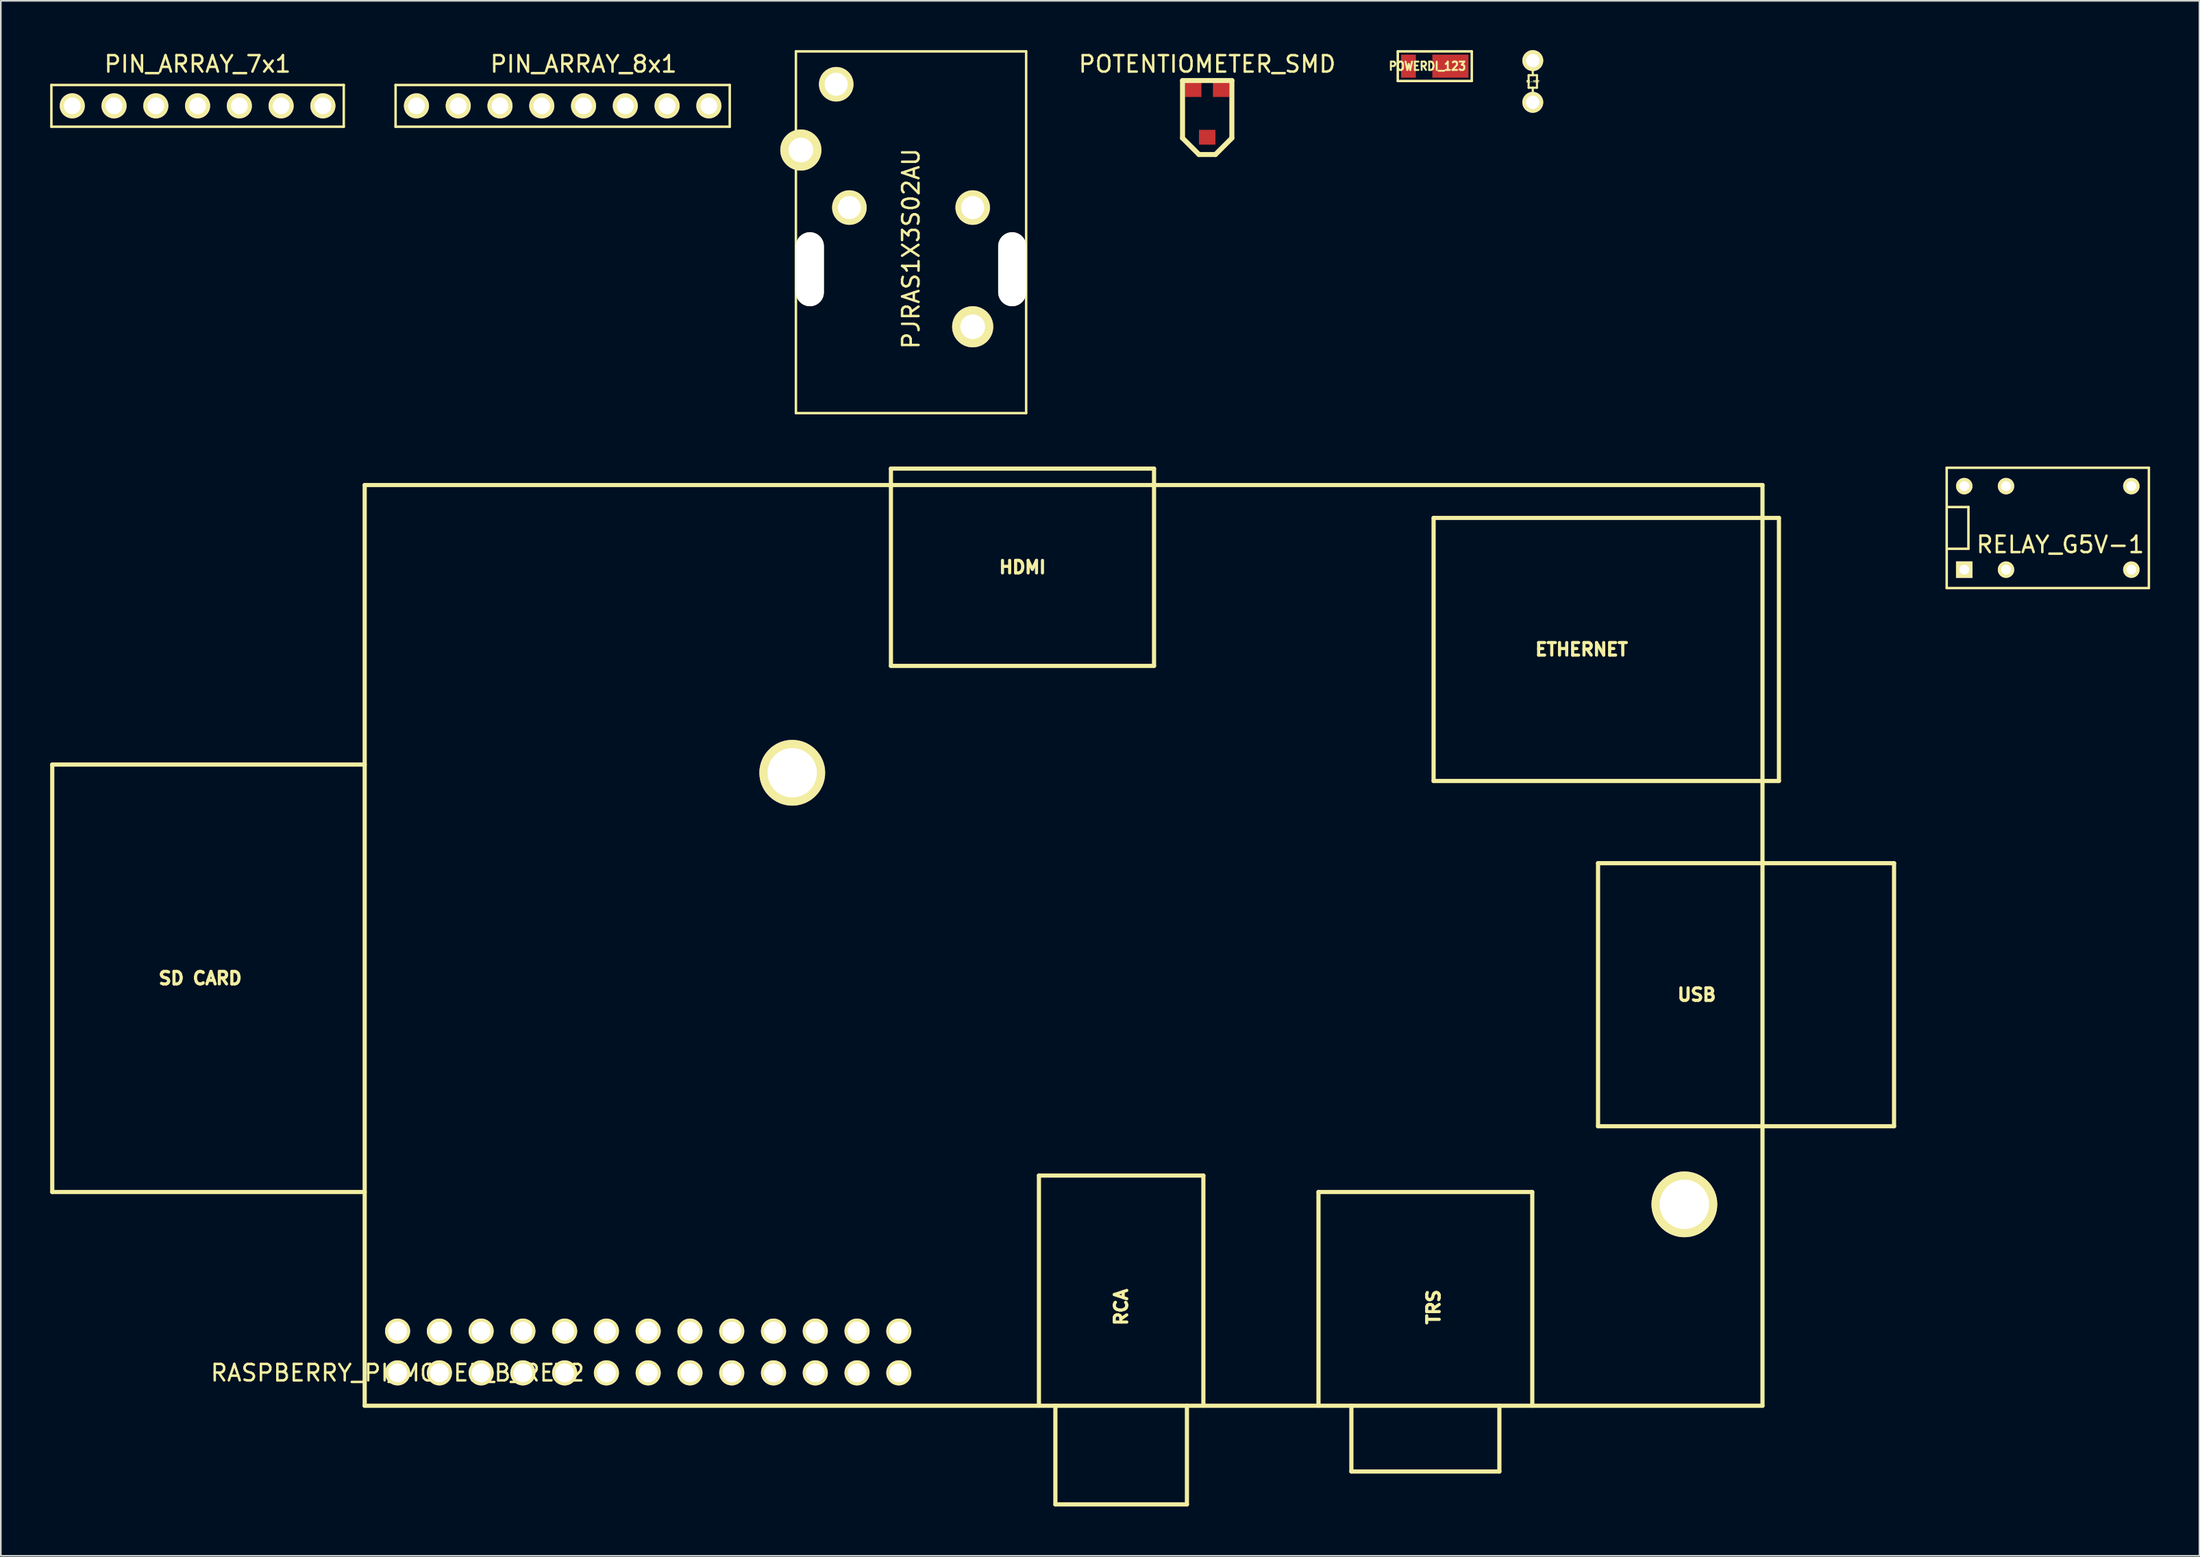
<source format=kicad_pcb>
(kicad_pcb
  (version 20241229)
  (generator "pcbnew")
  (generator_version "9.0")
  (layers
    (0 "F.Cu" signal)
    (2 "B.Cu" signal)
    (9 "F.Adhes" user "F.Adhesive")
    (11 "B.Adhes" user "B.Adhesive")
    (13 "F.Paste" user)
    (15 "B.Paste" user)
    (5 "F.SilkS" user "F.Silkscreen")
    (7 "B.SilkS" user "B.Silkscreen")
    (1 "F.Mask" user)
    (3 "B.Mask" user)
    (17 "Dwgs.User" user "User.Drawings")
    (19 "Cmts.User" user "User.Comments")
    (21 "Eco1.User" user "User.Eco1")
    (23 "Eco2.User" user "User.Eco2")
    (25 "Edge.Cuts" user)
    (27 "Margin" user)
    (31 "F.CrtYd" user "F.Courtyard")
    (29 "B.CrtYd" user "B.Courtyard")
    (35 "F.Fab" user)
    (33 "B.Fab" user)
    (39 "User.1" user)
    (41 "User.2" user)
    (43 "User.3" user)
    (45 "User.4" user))
  (footprint "PJRAS1X3S02AU"
    (layer "F.Cu")
    (at 52.35 22.075)
    (property "Reference" "PJRAS1X3S02AU" (at 0 -10 90) (layer "F.SilkS") (effects (font (size 1 1) (thickness 0.15))))
    (attr through_hole)
    (fp_line (start -7 -22) (end -7 0) (stroke (width 0.15) (type solid)) (layer "F.SilkS"))
    (fp_line (start -7 0) (end 7 0) (stroke (width 0.15) (type solid)) (layer "F.SilkS"))
    (fp_line (start 7 -22) (end -7 -22) (stroke (width 0.15) (type solid)) (layer "F.SilkS"))
    (fp_line (start 7 0) (end 7 -22) (stroke (width 0.15) (type solid)) (layer "F.SilkS"))
    (pad "" np_thru_hole oval (at -6.15 -8.75) (size 1.7 4.5) (drill oval 1.7 4.5) (layers "*.Cu" "*.Mask" "F.SilkS"))
    (pad "" np_thru_hole oval (at 6.15 -8.75) (size 1.7 4.5) (drill oval 1.7 4.5) (layers "*.Cu" "*.Mask" "F.SilkS"))
    (pad "1" thru_hole circle (at -3.75 -12.5) (size 2.1 2.1) (drill 1.4) (layers "*.Cu" "*.Mask" "F.SilkS"))
    (pad "2" thru_hole circle (at 3.75 -12.5) (size 2.1 2.1) (drill 1.4) (layers "*.Cu" "*.Mask" "F.SilkS"))
    (pad "3" thru_hole circle (at -4.55 -20) (size 2.1 2.1) (drill 1.4) (layers "*.Cu" "*.Mask" "F.SilkS"))
    (pad "4" thru_hole circle (at -6.7 -16) (size 2.5 2.5) (drill 1.5) (layers "*.Cu" "*.Mask" "F.SilkS"))
    (pad "4" thru_hole circle (at 3.75 -5.25) (size 2.5 2.5) (drill 1.5) (layers "*.Cu" "*.Mask" "F.SilkS")))
  (footprint "RELAY_G5V-1"
    (layer "F.Cu")
    (at 121.476 29.058)
    (property "Reference" "RELAY_G5V-1" (at 0.762 1.016 0) (layer "F.SilkS") (effects (font (size 1 1) (thickness 0.15))))
    (attr through_hole)
    (fp_line (start -6.147 -3.658) (end -6.147 3.658) (stroke (width 0.15) (type solid)) (layer "F.SilkS"))
    (fp_line (start -6.147 3.658) (end 6.147 3.658) (stroke (width 0.15) (type solid)) (layer "F.SilkS"))
    (fp_line (start -6.096 -1.27) (end -4.826 -1.27) (stroke (width 0.15) (type solid)) (layer "F.SilkS"))
    (fp_line (start -4.826 -1.27) (end -4.826 1.27) (stroke (width 0.15) (type solid)) (layer "F.SilkS"))
    (fp_line (start -4.826 1.27) (end -6.096 1.27) (stroke (width 0.15) (type solid)) (layer "F.SilkS"))
    (fp_line (start 6.147 -3.658) (end -6.147 -3.658) (stroke (width 0.15) (type solid)) (layer "F.SilkS"))
    (fp_line (start 6.147 3.658) (end 6.147 -3.658) (stroke (width 0.15) (type solid)) (layer "F.SilkS"))
    (pad "1" thru_hole rect (at -5.08 2.54) (size 1 1) (drill 0.6) (layers "*.Cu" "*.Mask" "F.SilkS"))
    (pad "2" thru_hole circle (at -2.54 2.54) (size 1 1) (drill 0.6) (layers "*.Cu" "*.Mask" "F.SilkS"))
    (pad "5" thru_hole circle (at 5.08 2.54) (size 1 1) (drill 0.6) (layers "*.Cu" "*.Mask" "F.SilkS"))
    (pad "6" thru_hole circle (at 5.08 -2.54) (size 1 1) (drill 0.6) (layers "*.Cu" "*.Mask" "F.SilkS"))
    (pad "9" thru_hole circle (at -2.54 -2.54) (size 1 1) (drill 0.6) (layers "*.Cu" "*.Mask" "F.SilkS"))
    (pad "10" thru_hole circle (at -5.08 -2.54) (size 1 1) (drill 0.6) (layers "*.Cu" "*.Mask" "F.SilkS")))
  (footprint "PIN_ARRAY_7x1"
    (layer "F.Cu")
    (at 8.965 3.388)
    (property "Reference" "PIN_ARRAY_7x1" (at 0 -2.54 0) (layer "F.SilkS") (effects (font (size 1 1) (thickness 0.15))))
    (attr through_hole)
    (fp_line (start -8.89 -1.27) (end 8.89 -1.27) (stroke (width 0.15) (type solid)) (layer "F.SilkS"))
    (fp_line (start -8.89 1.27) (end -8.89 -1.27) (stroke (width 0.15) (type solid)) (layer "F.SilkS"))
    (fp_line (start 8.89 -1.27) (end 8.89 1.27) (stroke (width 0.15) (type solid)) (layer "F.SilkS"))
    (fp_line (start 8.89 1.27) (end -8.89 1.27) (stroke (width 0.15) (type solid)) (layer "F.SilkS"))
    (pad "1" thru_hole circle (at -7.62 0 270) (size 1.524 1.524) (drill 1.016) (layers "*.Cu" "*.Mask" "F.SilkS"))
    (pad "2" thru_hole circle (at -5.08 0 270) (size 1.524 1.524) (drill 1.016) (layers "*.Cu" "*.Mask" "F.SilkS"))
    (pad "3" thru_hole circle (at -2.54 0 270) (size 1.524 1.524) (drill 1.016) (layers "*.Cu" "*.Mask" "F.SilkS"))
    (pad "4" thru_hole circle (at 0 0 270) (size 1.524 1.524) (drill 1.016) (layers "*.Cu" "*.Mask" "F.SilkS"))
    (pad "5" thru_hole circle (at 2.54 0 270) (size 1.524 1.524) (drill 1.016) (layers "*.Cu" "*.Mask" "F.SilkS"))
    (pad "6" thru_hole circle (at 5.08 0 270) (size 1.524 1.524) (drill 1.016) (layers "*.Cu" "*.Mask" "F.SilkS"))
    (pad "7" thru_hole circle (at 7.62 0 270) (size 1.524 1.524) (drill 1.016) (layers "*.Cu" "*.Mask" "F.SilkS")))
  (footprint "POTENTIOMETER_SMD"
    (layer "F.Cu")
    (at 70.36 3.848)
    (property "Reference" "POTENTIOMETER_SMD" (at 0 -3 0) (layer "F.SilkS") (effects (font (size 1 1) (thickness 0.15))))
    (attr through_hole)
    (fp_line (start -1.5 -2) (end 1.5 -2) (stroke (width 0.305) (type solid)) (layer "F.SilkS"))
    (fp_line (start -1.5 1.5) (end -1.5 -2) (stroke (width 0.305) (type solid)) (layer "F.SilkS"))
    (fp_line (start -0.5 2.5) (end -1.5 1.5) (stroke (width 0.305) (type solid)) (layer "F.SilkS"))
    (fp_line (start 0.5 2.5) (end -0.5 2.5) (stroke (width 0.305) (type solid)) (layer "F.SilkS"))
    (fp_line (start 1.5 -2) (end 1.5 1.5) (stroke (width 0.305) (type solid)) (layer "F.SilkS"))
    (fp_line (start 1.5 1.5) (end 0.5 2.5) (stroke (width 0.305) (type solid)) (layer "F.SilkS"))
    (pad "1" smd rect (at -0.85 -1.45) (size 1 0.9) (layers "F.Cu" "F.Mask" "F.Paste"))
    (pad "2" smd rect (at 0.85 -1.45) (size 1 0.9) (layers "F.Cu" "F.Mask" "F.Paste"))
    (pad "3" smd rect (at 0 1.45) (size 1 0.9) (layers "F.Cu" "F.Mask" "F.Paste")))
  (footprint "POWERDI_123"
    (layer "F.Cu")
    (at 83.749 0.975)
    (property "Reference" "POWERDI_123" (at 0 0 0) (layer "F.SilkS") (effects (font (size 0.508 0.457) (thickness 0.114))))
    (attr smd)
    (fp_line (start -1.8 -0.9) (end 2.7 -0.9) (stroke (width 0.15) (type solid)) (layer "F.SilkS"))
    (fp_line (start -1.8 0.9) (end -1.8 -0.9) (stroke (width 0.15) (type solid)) (layer "F.SilkS"))
    (fp_line (start 2.7 -0.9) (end 2.7 0.9) (stroke (width 0.15) (type solid)) (layer "F.SilkS"))
    (fp_line (start 2.7 0.9) (end -1.8 0.9) (stroke (width 0.15) (type solid)) (layer "F.SilkS"))
    (pad "1" smd rect (at -1.15 0) (size 0.9 1.4) (layers "F.Cu" "F.Mask" "F.Paste"))
    (pad "2" smd rect (at 1.4 0) (size 2.2 1.4) (layers "F.Cu" "F.Mask" "F.Paste")))
  (footprint "RASPBERRY_PI_MODEL_B_REV2"
    (layer "F.Cu")
    (at 21.127 80.452)
    (property "Reference" "RASPBERRY_PI_MODEL_B_REV2" (at 0 0 0) (layer "F.SilkS") (effects (font (size 1 1) (thickness 0.15))))
    (attr through_hole)
    (fp_line (start -21 -37) (end -2 -37) (stroke (width 0.254) (type solid)) (layer "F.SilkS"))
    (fp_line (start -21 -11) (end -21 -37) (stroke (width 0.254) (type solid)) (layer "F.SilkS"))
    (fp_line (start -2 -54) (end 83 -54) (stroke (width 0.254) (type solid)) (layer "F.SilkS"))
    (fp_line (start -2 -11) (end -21 -11) (stroke (width 0.254) (type solid)) (layer "F.SilkS"))
    (fp_line (start -2 2) (end -2 -54) (stroke (width 0.254) (type solid)) (layer "F.SilkS"))
    (fp_line (start 30 -55) (end 46 -55) (stroke (width 0.254) (type solid)) (layer "F.SilkS"))
    (fp_line (start 30 -54) (end 30 -55) (stroke (width 0.254) (type solid)) (layer "F.SilkS"))
    (fp_line (start 30 -43) (end 30 -54) (stroke (width 0.254) (type solid)) (layer "F.SilkS"))
    (fp_line (start 39 -12) (end 39 2) (stroke (width 0.254) (type solid)) (layer "F.SilkS"))
    (fp_line (start 40 8) (end 40 2) (stroke (width 0.254) (type solid)) (layer "F.SilkS"))
    (fp_line (start 46 -55) (end 46 -54) (stroke (width 0.254) (type solid)) (layer "F.SilkS"))
    (fp_line (start 46 -54) (end 46 -43) (stroke (width 0.254) (type solid)) (layer "F.SilkS"))
    (fp_line (start 46 -43) (end 30 -43) (stroke (width 0.254) (type solid)) (layer "F.SilkS"))
    (fp_line (start 48 2) (end 48 8) (stroke (width 0.254) (type solid)) (layer "F.SilkS"))
    (fp_line (start 48 8) (end 40 8) (stroke (width 0.254) (type solid)) (layer "F.SilkS"))
    (fp_line (start 49 -12) (end 39 -12) (stroke (width 0.254) (type solid)) (layer "F.SilkS"))
    (fp_line (start 49 2) (end 49 -12) (stroke (width 0.254) (type solid)) (layer "F.SilkS"))
    (fp_line (start 56 -11) (end 69 -11) (stroke (width 0.254) (type solid)) (layer "F.SilkS"))
    (fp_line (start 56 2) (end 56 -11) (stroke (width 0.254) (type solid)) (layer "F.SilkS"))
    (fp_line (start 58 2) (end 58 6) (stroke (width 0.254) (type solid)) (layer "F.SilkS"))
    (fp_line (start 58 6) (end 67 6) (stroke (width 0.254) (type solid)) (layer "F.SilkS"))
    (fp_line (start 63 -52) (end 63 -36) (stroke (width 0.254) (type solid)) (layer "F.SilkS"))
    (fp_line (start 63 -36) (end 83 -36) (stroke (width 0.254) (type solid)) (layer "F.SilkS"))
    (fp_line (start 67 6) (end 67 2) (stroke (width 0.254) (type solid)) (layer "F.SilkS"))
    (fp_line (start 69 -11) (end 69 2) (stroke (width 0.254) (type solid)) (layer "F.SilkS"))
    (fp_line (start 73 -31) (end 73 -15) (stroke (width 0.254) (type solid)) (layer "F.SilkS"))
    (fp_line (start 73 -15) (end 83 -15) (stroke (width 0.254) (type solid)) (layer "F.SilkS"))
    (fp_line (start 83 -54) (end 83 2) (stroke (width 0.254) (type solid)) (layer "F.SilkS"))
    (fp_line (start 83 -52) (end 63 -52) (stroke (width 0.254) (type solid)) (layer "F.SilkS"))
    (fp_line (start 83 -52) (end 84 -52) (stroke (width 0.254) (type solid)) (layer "F.SilkS"))
    (fp_line (start 83 -31) (end 73 -31) (stroke (width 0.254) (type solid)) (layer "F.SilkS"))
    (fp_line (start 83 -15) (end 91 -15) (stroke (width 0.254) (type solid)) (layer "F.SilkS"))
    (fp_line (start 83 2) (end -2 2) (stroke (width 0.254) (type solid)) (layer "F.SilkS"))
    (fp_line (start 84 -52) (end 84 -36) (stroke (width 0.254) (type solid)) (layer "F.SilkS"))
    (fp_line (start 84 -36) (end 83 -36) (stroke (width 0.254) (type solid)) (layer "F.SilkS"))
    (fp_line (start 91 -31) (end 83 -31) (stroke (width 0.254) (type solid)) (layer "F.SilkS"))
    (fp_line (start 91 -15) (end 91 -31) (stroke (width 0.254) (type solid)) (layer "F.SilkS"))
    (fp_text user "TRS" (at 63 -4 90) (layer "F.SilkS") (effects (font (size 0.762 0.762) (thickness 0.191))))
    (fp_text user "ETHERNET" (at 72 -44 0) (layer "F.SilkS") (effects (font (size 0.762 0.762) (thickness 0.191))))
    (fp_text user "USB" (at 79 -23 0) (layer "F.SilkS") (effects (font (size 0.762 0.762) (thickness 0.191))))
    (fp_text user "HDMI" (at 38 -49 0) (layer "F.SilkS") (effects (font (size 0.762 0.762) (thickness 0.191))))
    (fp_text user "SD CARD" (at -12 -24 0) (layer "F.SilkS") (effects (font (size 0.762 0.762) (thickness 0.191))))
    (fp_text user "RCA" (at 44 -4 90) (layer "F.SilkS") (effects (font (size 0.762 0.762) (thickness 0.191))))
    (pad "" thru_hole circle (at 24 -36.5) (size 4 4) (drill 3) (layers "*.Cu" "*.Mask" "F.SilkS"))
    (pad "" thru_hole circle (at 78.25 -10.25) (size 4 4) (drill 3) (layers "*.Cu" "*.Mask" "F.SilkS"))
    (pad "1" thru_hole circle (at 0 -2.54) (size 1.524 1.524) (drill 1.143) (layers "*.Cu" "*.Mask" "F.SilkS"))
    (pad "2" thru_hole circle (at 0 0) (size 1.524 1.524) (drill 1.143) (layers "*.Cu" "*.Mask" "F.SilkS"))
    (pad "3" thru_hole circle (at 2.54 -2.54) (size 1.524 1.524) (drill 1.143) (layers "*.Cu" "*.Mask" "F.SilkS"))
    (pad "4" thru_hole circle (at 2.54 0) (size 1.524 1.524) (drill 1.143) (layers "*.Cu" "*.Mask" "F.SilkS"))
    (pad "5" thru_hole circle (at 5.08 -2.54) (size 1.524 1.524) (drill 1.143) (layers "*.Cu" "*.Mask" "F.SilkS"))
    (pad "6" thru_hole circle (at 5.08 0) (size 1.524 1.524) (drill 1.143) (layers "*.Cu" "*.Mask" "F.SilkS"))
    (pad "7" thru_hole circle (at 7.62 -2.54) (size 1.524 1.524) (drill 1.143) (layers "*.Cu" "*.Mask" "F.SilkS"))
    (pad "8" thru_hole circle (at 7.62 0) (size 1.524 1.524) (drill 1.143) (layers "*.Cu" "*.Mask" "F.SilkS"))
    (pad "9" thru_hole circle (at 10.16 -2.54) (size 1.524 1.524) (drill 1.143) (layers "*.Cu" "*.Mask" "F.SilkS"))
    (pad "10" thru_hole circle (at 10.16 0) (size 1.524 1.524) (drill 1.143) (layers "*.Cu" "*.Mask" "F.SilkS"))
    (pad "11" thru_hole circle (at 12.7 -2.54) (size 1.524 1.524) (drill 1.143) (layers "*.Cu" "*.Mask" "F.SilkS"))
    (pad "12" thru_hole circle (at 12.7 0) (size 1.524 1.524) (drill 1.143) (layers "*.Cu" "*.Mask" "F.SilkS"))
    (pad "13" thru_hole circle (at 15.24 -2.54) (size 1.524 1.524) (drill 1.143) (layers "*.Cu" "*.Mask" "F.SilkS"))
    (pad "14" thru_hole circle (at 15.24 0) (size 1.524 1.524) (drill 1.143) (layers "*.Cu" "*.Mask" "F.SilkS"))
    (pad "15" thru_hole circle (at 17.78 -2.54) (size 1.524 1.524) (drill 1.143) (layers "*.Cu" "*.Mask" "F.SilkS"))
    (pad "16" thru_hole circle (at 17.78 0) (size 1.524 1.524) (drill 1.143) (layers "*.Cu" "*.Mask" "F.SilkS"))
    (pad "17" thru_hole circle (at 20.32 -2.54) (size 1.524 1.524) (drill 1.143) (layers "*.Cu" "*.Mask" "F.SilkS"))
    (pad "18" thru_hole circle (at 20.32 0) (size 1.524 1.524) (drill 1.143) (layers "*.Cu" "*.Mask" "F.SilkS"))
    (pad "19" thru_hole circle (at 22.86 -2.54) (size 1.524 1.524) (drill 1.143) (layers "*.Cu" "*.Mask" "F.SilkS"))
    (pad "20" thru_hole circle (at 22.86 0) (size 1.524 1.524) (drill 1.143) (layers "*.Cu" "*.Mask" "F.SilkS"))
    (pad "21" thru_hole circle (at 25.4 -2.54) (size 1.524 1.524) (drill 1.143) (layers "*.Cu" "*.Mask" "F.SilkS"))
    (pad "22" thru_hole circle (at 25.4 0) (size 1.524 1.524) (drill 1.143) (layers "*.Cu" "*.Mask" "F.SilkS"))
    (pad "23" thru_hole circle (at 27.94 -2.54) (size 1.524 1.524) (drill 1.143) (layers "*.Cu" "*.Mask" "F.SilkS"))
    (pad "24" thru_hole circle (at 27.94 0) (size 1.524 1.524) (drill 1.143) (layers "*.Cu" "*.Mask" "F.SilkS"))
    (pad "25" thru_hole circle (at 30.48 -2.54) (size 1.524 1.524) (drill 1.143) (layers "*.Cu" "*.Mask" "F.SilkS"))
    (pad "26" thru_hole circle (at 30.48 0) (size 1.524 1.524) (drill 1.143) (layers "*.Cu" "*.Mask" "F.SilkS")))
  (footprint "R1-Mini"
    (layer "F.Cu")
    (at 90.159 1.905)
    (property "Reference" "R1-Mini" (at 0 0 0) (layer "F.SilkS") (effects (font (size 0.127 0.127) (thickness 0.033))))
    (attr through_hole)
    (fp_line (start -0.254 -0.381) (end 0.254 -0.381) (stroke (width 0.127) (type solid)) (layer "F.SilkS"))
    (fp_line (start -0.254 0.381) (end -0.254 -0.381) (stroke (width 0.127) (type solid)) (layer "F.SilkS"))
    (fp_line (start 0 -0.381) (end 0 -0.635) (stroke (width 0.127) (type solid)) (layer "F.SilkS"))
    (fp_line (start 0 0.381) (end 0 0.635) (stroke (width 0.127) (type solid)) (layer "F.SilkS"))
    (fp_line (start 0.254 -0.381) (end 0.254 0.381) (stroke (width 0.127) (type solid)) (layer "F.SilkS"))
    (fp_line (start 0.254 0.381) (end -0.254 0.381) (stroke (width 0.127) (type solid)) (layer "F.SilkS"))
    (pad "1" thru_hole circle (at 0 -1.27) (size 1.27 1.27) (drill 0.813) (layers "*.Cu" "*.Mask" "F.SilkS"))
    (pad "2" thru_hole circle (at 0 1.27) (size 1.27 1.27) (drill 0.813) (layers "*.Cu" "*.Mask" "F.SilkS")))
  (footprint "PIN_ARRAY_8x1"
    (layer "F.Cu")
    (at 32.435 3.388)
    (property "Reference" "PIN_ARRAY_8x1" (at 0 -2.54 0) (layer "F.SilkS") (effects (font (size 1 1) (thickness 0.15))))
    (attr through_hole)
    (fp_line (start -11.43 -1.27) (end 8.89 -1.27) (stroke (width 0.15) (type solid)) (layer "F.SilkS"))
    (fp_line (start -11.43 1.27) (end -11.43 -1.27) (stroke (width 0.15) (type solid)) (layer "F.SilkS"))
    (fp_line (start 8.89 -1.27) (end 8.89 1.27) (stroke (width 0.15) (type solid)) (layer "F.SilkS"))
    (fp_line (start 8.89 1.27) (end -11.43 1.27) (stroke (width 0.15) (type solid)) (layer "F.SilkS"))
    (pad "1" thru_hole circle (at -10.16 0 270) (size 1.524 1.524) (drill 1.016) (layers "*.Cu" "*.Mask" "F.SilkS"))
    (pad "2" thru_hole circle (at -7.62 0 270) (size 1.524 1.524) (drill 1.016) (layers "*.Cu" "*.Mask" "F.SilkS"))
    (pad "3" thru_hole circle (at -5.08 0 270) (size 1.524 1.524) (drill 1.016) (layers "*.Cu" "*.Mask" "F.SilkS"))
    (pad "4" thru_hole circle (at -2.54 0 270) (size 1.524 1.524) (drill 1.016) (layers "*.Cu" "*.Mask" "F.SilkS"))
    (pad "5" thru_hole circle (at 0 0 270) (size 1.524 1.524) (drill 1.016) (layers "*.Cu" "*.Mask" "F.SilkS"))
    (pad "6" thru_hole circle (at 2.54 0 270) (size 1.524 1.524) (drill 1.016) (layers "*.Cu" "*.Mask" "F.SilkS"))
    (pad "7" thru_hole circle (at 5.08 0 270) (size 1.524 1.524) (drill 1.016) (layers "*.Cu" "*.Mask" "F.SilkS"))
    (pad "8" thru_hole circle (at 7.62 0 270) (size 1.524 1.524) (drill 1.016) (layers "*.Cu" "*.Mask" "F.SilkS")))
  (gr_rect
    (start -3 -3)
    (end 130.698 91.579)
    (stroke (width 0.1) (type default))
    (fill no)
    (layer "Edge.Cuts")))
</source>
